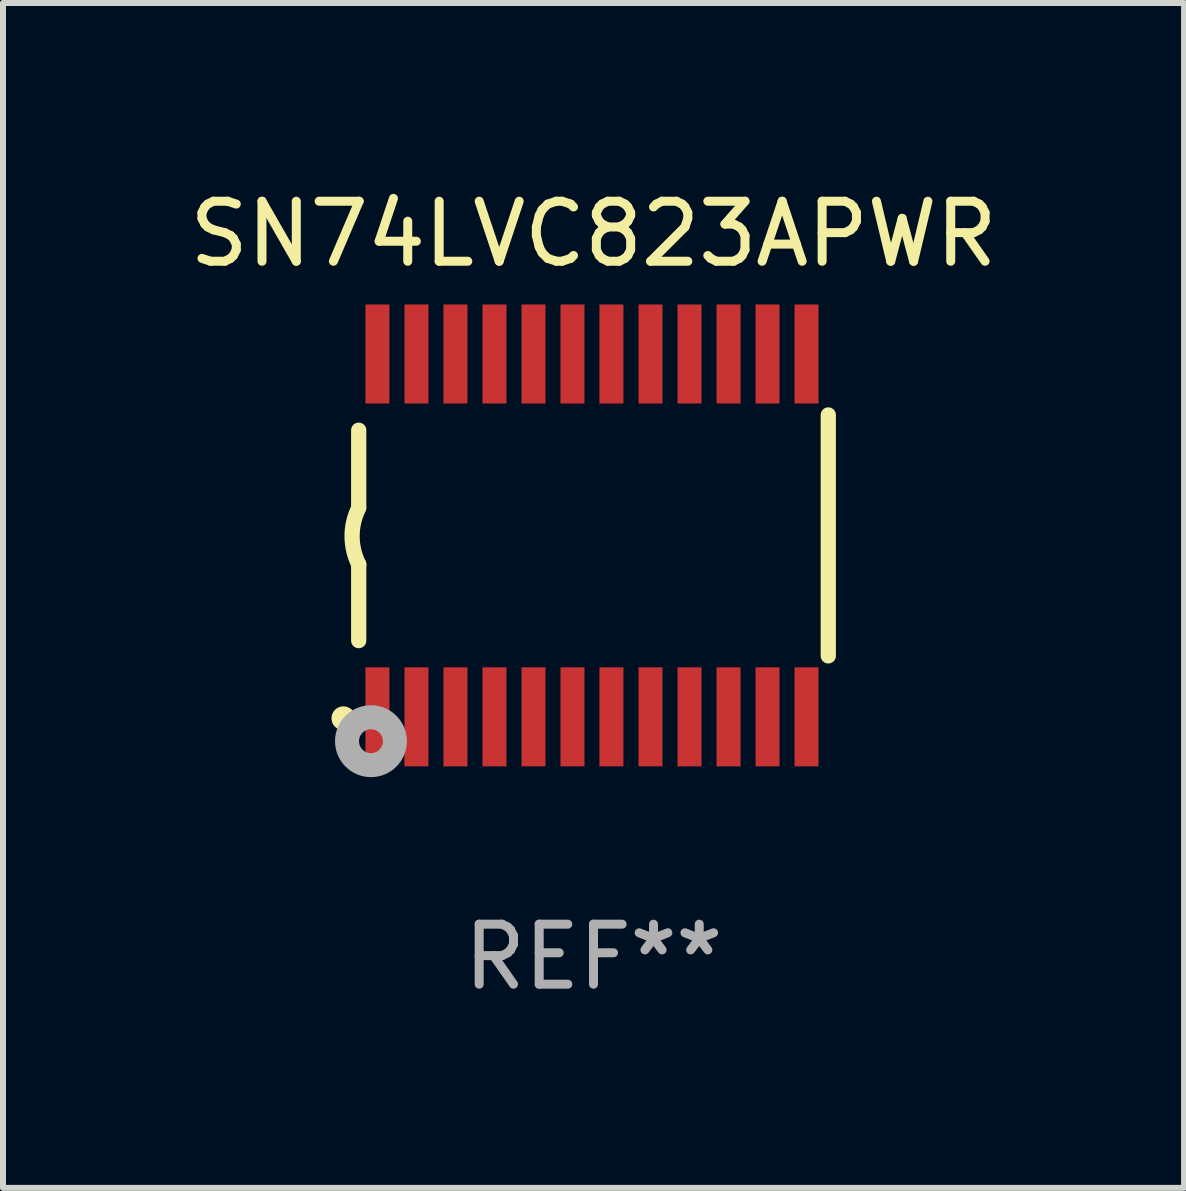
<source format=kicad_pcb>
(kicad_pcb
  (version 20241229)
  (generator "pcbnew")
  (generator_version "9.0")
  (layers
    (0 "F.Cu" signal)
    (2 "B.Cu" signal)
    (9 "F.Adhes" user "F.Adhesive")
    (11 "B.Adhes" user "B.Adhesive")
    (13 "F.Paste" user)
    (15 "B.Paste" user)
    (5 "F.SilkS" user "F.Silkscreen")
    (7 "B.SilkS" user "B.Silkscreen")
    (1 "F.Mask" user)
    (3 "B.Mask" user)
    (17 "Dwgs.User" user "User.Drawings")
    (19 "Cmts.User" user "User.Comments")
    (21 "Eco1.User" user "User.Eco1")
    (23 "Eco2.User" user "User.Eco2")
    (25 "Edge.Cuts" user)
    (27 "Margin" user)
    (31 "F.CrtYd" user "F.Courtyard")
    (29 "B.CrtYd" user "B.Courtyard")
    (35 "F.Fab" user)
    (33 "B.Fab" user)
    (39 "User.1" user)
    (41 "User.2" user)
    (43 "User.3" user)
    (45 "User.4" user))
  (footprint "SN74LVC823APWR"
    (layer "F.Cu")
    (at 6.839 5.871)
    (property "Reference" "SN74LVC823APWR" (at 0 -5.023 0) (layer "F.SilkS") (effects (font (size 1 1) (thickness 0.15))))
    (attr through_hole)
    (fp_line (start -3.912 -0.483) (end -3.912 -1.753) (stroke (width 0.254) (type solid)) (layer "F.SilkS"))
    (fp_line (start -3.912 1.753) (end -3.912 0.483) (stroke (width 0.254) (type solid)) (layer "F.SilkS"))
    (fp_line (start 3.912 -2.007) (end 3.912 2.007) (stroke (width 0.254) (type solid)) (layer "F.SilkS"))
    (fp_arc (start -3.911608 0.482601) (mid -4.022537 0.0127) (end -3.911608 -0.457201) (stroke (width 0.254001) (type solid)) (layer "F.SilkS"))
    (fp_circle (center -4.166 3.048) (end -4.066 3.048) (stroke (width 0.2) (type solid)) (fill no) (layer "F.SilkS"))
    (fp_circle (center -3.925 3.186) (end -3.895 3.186) (stroke (width 0.06) (type solid)) (fill no) (layer "F.SilkS"))
    (fp_circle (center -3.708 3.429) (end -3.509 3.429) (stroke (width 0.4) (type solid)) (fill no) (layer "F.Fab"))
    (fp_text user "REF**" (at 0 7.023 0) (layer "F.Fab") (effects (font (size 1 1) (thickness 0.15))))
    (pad "1" smd rect (at -3.6 3.023) (size 0.4 1.65) (layers "F.Cu" "F.Mask" "F.Paste"))
    (pad "2" smd rect (at -2.95 3.023) (size 0.4 1.65) (layers "F.Cu" "F.Mask" "F.Paste"))
    (pad "3" smd rect (at -2.3 3.023) (size 0.4 1.65) (layers "F.Cu" "F.Mask" "F.Paste"))
    (pad "4" smd rect (at -1.65 3.023) (size 0.4 1.65) (layers "F.Cu" "F.Mask" "F.Paste"))
    (pad "5" smd rect (at -1 3.023) (size 0.4 1.65) (layers "F.Cu" "F.Mask" "F.Paste"))
    (pad "6" smd rect (at -0.35 3.023) (size 0.4 1.65) (layers "F.Cu" "F.Mask" "F.Paste"))
    (pad "7" smd rect (at 0.299 3.023) (size 0.4 1.65) (layers "F.Cu" "F.Mask" "F.Paste"))
    (pad "8" smd rect (at 0.95 3.023) (size 0.4 1.65) (layers "F.Cu" "F.Mask" "F.Paste"))
    (pad "9" smd rect (at 1.6 3.023) (size 0.4 1.65) (layers "F.Cu" "F.Mask" "F.Paste"))
    (pad "10" smd rect (at 2.25 3.023) (size 0.4 1.65) (layers "F.Cu" "F.Mask" "F.Paste"))
    (pad "11" smd rect (at 2.9 3.023) (size 0.4 1.65) (layers "F.Cu" "F.Mask" "F.Paste"))
    (pad "12" smd rect (at 3.549 3.023) (size 0.4 1.65) (layers "F.Cu" "F.Mask" "F.Paste"))
    (pad "13" smd rect (at 3.549 -3.023) (size 0.4 1.65) (layers "F.Cu" "F.Mask" "F.Paste"))
    (pad "14" smd rect (at 2.9 -3.023) (size 0.4 1.65) (layers "F.Cu" "F.Mask" "F.Paste"))
    (pad "15" smd rect (at 2.25 -3.023) (size 0.4 1.65) (layers "F.Cu" "F.Mask" "F.Paste"))
    (pad "16" smd rect (at 1.6 -3.023) (size 0.4 1.65) (layers "F.Cu" "F.Mask" "F.Paste"))
    (pad "17" smd rect (at 0.95 -3.023) (size 0.4 1.65) (layers "F.Cu" "F.Mask" "F.Paste"))
    (pad "18" smd rect (at 0.299 -3.023) (size 0.4 1.65) (layers "F.Cu" "F.Mask" "F.Paste"))
    (pad "19" smd rect (at -0.35 -3.023) (size 0.4 1.65) (layers "F.Cu" "F.Mask" "F.Paste"))
    (pad "20" smd rect (at -1 -3.023) (size 0.4 1.65) (layers "F.Cu" "F.Mask" "F.Paste"))
    (pad "21" smd rect (at -1.65 -3.023) (size 0.4 1.65) (layers "F.Cu" "F.Mask" "F.Paste"))
    (pad "22" smd rect (at -2.3 -3.023) (size 0.4 1.65) (layers "F.Cu" "F.Mask" "F.Paste"))
    (pad "23" smd rect (at -2.95 -3.023) (size 0.4 1.65) (layers "F.Cu" "F.Mask" "F.Paste"))
    (pad "24" smd rect (at -3.6 -3.023) (size 0.4 1.65) (layers "F.Cu" "F.Mask" "F.Paste")))
  (gr_rect
    (start -3 -3)
    (end 16.679 16.742)
    (stroke (width 0.1) (type default))
    (fill no)
    (layer "Edge.Cuts")))
</source>
